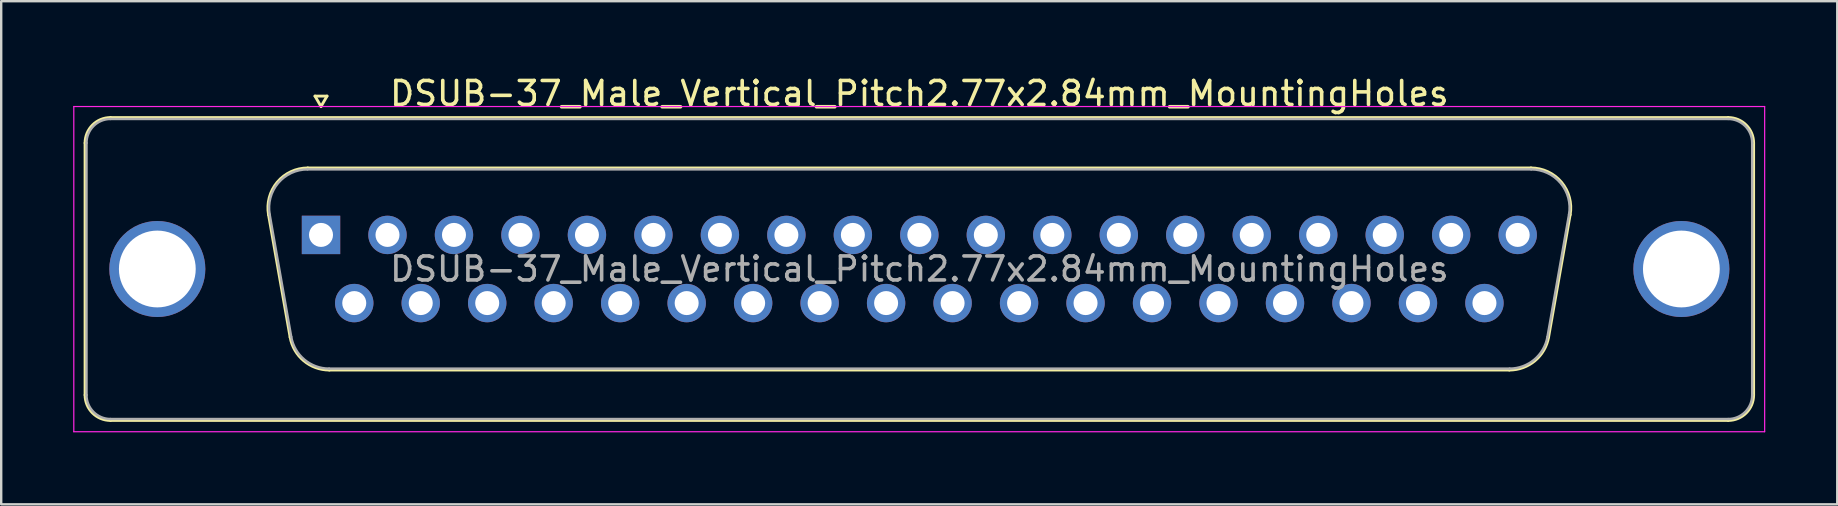
<source format=kicad_pcb>
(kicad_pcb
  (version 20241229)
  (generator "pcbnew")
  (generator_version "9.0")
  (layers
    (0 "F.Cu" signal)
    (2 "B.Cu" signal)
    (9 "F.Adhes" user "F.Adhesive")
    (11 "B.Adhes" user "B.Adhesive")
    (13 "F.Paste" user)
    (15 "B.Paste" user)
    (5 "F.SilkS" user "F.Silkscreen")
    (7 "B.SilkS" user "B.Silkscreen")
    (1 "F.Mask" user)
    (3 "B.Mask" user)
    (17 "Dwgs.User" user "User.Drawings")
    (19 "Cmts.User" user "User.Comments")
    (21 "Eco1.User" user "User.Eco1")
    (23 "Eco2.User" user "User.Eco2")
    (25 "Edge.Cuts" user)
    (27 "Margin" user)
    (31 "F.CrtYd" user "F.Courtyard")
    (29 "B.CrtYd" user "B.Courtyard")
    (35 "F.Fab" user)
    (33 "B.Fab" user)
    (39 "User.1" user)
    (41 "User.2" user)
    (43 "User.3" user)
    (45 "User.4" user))
  (footprint "DSUB-37_Male_Vertical_Pitch2.77x2.84mm_MountingHoles"
    (layer "F.Cu")
    (at 10.325 6.738)
    (property "Reference" "DSUB-37_Male_Vertical_Pitch2.77x2.84mm_MountingHoles" (at 24.93 -5.89 0) (layer "F.SilkS") (effects (font (size 1 1) (thickness 0.15))))
    (attr through_hole)
    (fp_line (start -9.83 6.67) (end -9.83 -3.83) (stroke (width 0.12) (type solid)) (layer "F.SilkS"))
    (fp_line (start -8.77 -4.89) (end 58.63 -4.89) (stroke (width 0.12) (type solid)) (layer "F.SilkS"))
    (fp_line (start -2.186 -0.842) (end -1.287 4.258) (stroke (width 0.12) (type solid)) (layer "F.SilkS"))
    (fp_line (start -0.552 -2.79) (end 50.412 -2.79) (stroke (width 0.12) (type solid)) (layer "F.SilkS"))
    (fp_line (start -0.25 -5.784) (end 0.25 -5.784) (stroke (width 0.12) (type solid)) (layer "F.SilkS"))
    (fp_line (start 0 -5.351) (end -0.25 -5.784) (stroke (width 0.12) (type solid)) (layer "F.SilkS"))
    (fp_line (start 0.25 -5.784) (end 0 -5.351) (stroke (width 0.12) (type solid)) (layer "F.SilkS"))
    (fp_line (start 0.348 5.63) (end 49.512 5.63) (stroke (width 0.12) (type solid)) (layer "F.SilkS"))
    (fp_line (start 52.046 -0.842) (end 51.147 4.258) (stroke (width 0.12) (type solid)) (layer "F.SilkS"))
    (fp_line (start 58.63 7.73) (end -8.77 7.73) (stroke (width 0.12) (type solid)) (layer "F.SilkS"))
    (fp_line (start 59.69 -3.83) (end 59.69 6.67) (stroke (width 0.12) (type solid)) (layer "F.SilkS"))
    (fp_arc (start -9.83 -3.83) (mid -9.519533 -4.579533) (end -8.77 -4.89) (stroke (width 0.12) (type solid)) (layer "F.SilkS"))
    (fp_arc (start -8.77 7.73) (mid -9.519533 7.419533) (end -9.83 6.67) (stroke (width 0.12) (type solid)) (layer "F.SilkS"))
    (fp_arc (start -2.18647 -0.841744) (mid -1.823323 -2.197028) (end -0.551689 -2.79) (stroke (width 0.12) (type solid)) (layer "F.SilkS"))
    (fp_arc (start 0.347579 5.63) (mid -0.719448 5.241634) (end -1.287202 4.258256) (stroke (width 0.12) (type solid)) (layer "F.SilkS"))
    (fp_arc (start 50.411689 -2.79) (mid 51.683323 -2.197027) (end 52.04647 -0.841744) (stroke (width 0.12) (type solid)) (layer "F.SilkS"))
    (fp_arc (start 51.147202 4.258256) (mid 50.579449 5.241634) (end 49.512421 5.63) (stroke (width 0.12) (type solid)) (layer "F.SilkS"))
    (fp_arc (start 58.63 -4.89) (mid 59.379533 -4.579533) (end 59.69 -3.83) (stroke (width 0.12) (type solid)) (layer "F.SilkS"))
    (fp_arc (start 59.69 6.67) (mid 59.379533 7.419533) (end 58.63 7.73) (stroke (width 0.12) (type solid)) (layer "F.SilkS"))
    (fp_line (start -10.3 -5.35) (end -10.3 8.2) (stroke (width 0.05) (type solid)) (layer "F.CrtYd"))
    (fp_line (start -10.3 8.2) (end 60.15 8.2) (stroke (width 0.05) (type solid)) (layer "F.CrtYd"))
    (fp_line (start 60.15 -5.35) (end -10.3 -5.35) (stroke (width 0.05) (type solid)) (layer "F.CrtYd"))
    (fp_line (start 60.15 8.2) (end 60.15 -5.35) (stroke (width 0.05) (type solid)) (layer "F.CrtYd"))
    (fp_line (start -9.77 6.67) (end -9.77 -3.83) (stroke (width 0.1) (type solid)) (layer "F.Fab"))
    (fp_line (start -8.77 -4.83) (end 58.63 -4.83) (stroke (width 0.1) (type solid)) (layer "F.Fab"))
    (fp_line (start -2.139 -0.852) (end -1.24 4.248) (stroke (width 0.1) (type solid)) (layer "F.Fab"))
    (fp_line (start -0.563 -2.73) (end 50.423 -2.73) (stroke (width 0.1) (type solid)) (layer "F.Fab"))
    (fp_line (start 0.336 5.57) (end 49.524 5.57) (stroke (width 0.1) (type solid)) (layer "F.Fab"))
    (fp_line (start 51.999 -0.852) (end 51.1 4.248) (stroke (width 0.1) (type solid)) (layer "F.Fab"))
    (fp_line (start 58.63 7.67) (end -8.77 7.67) (stroke (width 0.1) (type solid)) (layer "F.Fab"))
    (fp_line (start 59.63 -3.83) (end 59.63 6.67) (stroke (width 0.1) (type solid)) (layer "F.Fab"))
    (fp_arc (start -9.77 -3.83) (mid -9.477107 -4.537107) (end -8.77 -4.83) (stroke (width 0.1) (type solid)) (layer "F.Fab"))
    (fp_arc (start -8.77 7.67) (mid -9.477107 7.377107) (end -9.77 6.67) (stroke (width 0.1) (type solid)) (layer "F.Fab"))
    (fp_arc (start -2.138886 -0.852163) (mid -1.788865 -2.15846) (end -0.563194 -2.73) (stroke (width 0.1) (type solid)) (layer "F.Fab"))
    (fp_arc (start 0.336073 5.57) (mid -0.692387 5.195671) (end -1.239619 4.247837) (stroke (width 0.1) (type solid)) (layer "F.Fab"))
    (fp_arc (start 50.423194 -2.73) (mid 51.648865 -2.15846) (end 51.998886 -0.852163) (stroke (width 0.1) (type solid)) (layer "F.Fab"))
    (fp_arc (start 51.099619 4.247837) (mid 50.552387 5.195671) (end 49.523927 5.57) (stroke (width 0.1) (type solid)) (layer "F.Fab"))
    (fp_arc (start 58.63 -4.83) (mid 59.337107 -4.537107) (end 59.63 -3.83) (stroke (width 0.1) (type solid)) (layer "F.Fab"))
    (fp_arc (start 59.63 6.67) (mid 59.337107 7.377107) (end 58.63 7.67) (stroke (width 0.1) (type solid)) (layer "F.Fab"))
    (fp_text user "${REFERENCE}" (at 24.93 1.42 0) (layer "F.Fab") (effects (font (size 1 1) (thickness 0.15))))
    (pad "0" thru_hole circle (at -6.82 1.42) (size 4 4) (drill 3.2) (layers "*.Cu" "*.Mask"))
    (pad "0" thru_hole circle (at 56.68 1.42) (size 4 4) (drill 3.2) (layers "*.Cu" "*.Mask"))
    (pad "1" thru_hole rect (at 0 0) (size 1.6 1.6) (drill 1) (layers "*.Cu" "*.Mask"))
    (pad "2" thru_hole circle (at 2.77 0) (size 1.6 1.6) (drill 1) (layers "*.Cu" "*.Mask"))
    (pad "3" thru_hole circle (at 5.54 0) (size 1.6 1.6) (drill 1) (layers "*.Cu" "*.Mask"))
    (pad "4" thru_hole circle (at 8.31 0) (size 1.6 1.6) (drill 1) (layers "*.Cu" "*.Mask"))
    (pad "5" thru_hole circle (at 11.08 0) (size 1.6 1.6) (drill 1) (layers "*.Cu" "*.Mask"))
    (pad "6" thru_hole circle (at 13.85 0) (size 1.6 1.6) (drill 1) (layers "*.Cu" "*.Mask"))
    (pad "7" thru_hole circle (at 16.62 0) (size 1.6 1.6) (drill 1) (layers "*.Cu" "*.Mask"))
    (pad "8" thru_hole circle (at 19.39 0) (size 1.6 1.6) (drill 1) (layers "*.Cu" "*.Mask"))
    (pad "9" thru_hole circle (at 22.16 0) (size 1.6 1.6) (drill 1) (layers "*.Cu" "*.Mask"))
    (pad "10" thru_hole circle (at 24.93 0) (size 1.6 1.6) (drill 1) (layers "*.Cu" "*.Mask"))
    (pad "11" thru_hole circle (at 27.7 0) (size 1.6 1.6) (drill 1) (layers "*.Cu" "*.Mask"))
    (pad "12" thru_hole circle (at 30.47 0) (size 1.6 1.6) (drill 1) (layers "*.Cu" "*.Mask"))
    (pad "13" thru_hole circle (at 33.24 0) (size 1.6 1.6) (drill 1) (layers "*.Cu" "*.Mask"))
    (pad "14" thru_hole circle (at 36.01 0) (size 1.6 1.6) (drill 1) (layers "*.Cu" "*.Mask"))
    (pad "15" thru_hole circle (at 38.78 0) (size 1.6 1.6) (drill 1) (layers "*.Cu" "*.Mask"))
    (pad "16" thru_hole circle (at 41.55 0) (size 1.6 1.6) (drill 1) (layers "*.Cu" "*.Mask"))
    (pad "17" thru_hole circle (at 44.32 0) (size 1.6 1.6) (drill 1) (layers "*.Cu" "*.Mask"))
    (pad "18" thru_hole circle (at 47.09 0) (size 1.6 1.6) (drill 1) (layers "*.Cu" "*.Mask"))
    (pad "19" thru_hole circle (at 49.86 0) (size 1.6 1.6) (drill 1) (layers "*.Cu" "*.Mask"))
    (pad "20" thru_hole circle (at 1.385 2.84) (size 1.6 1.6) (drill 1) (layers "*.Cu" "*.Mask"))
    (pad "21" thru_hole circle (at 4.155 2.84) (size 1.6 1.6) (drill 1) (layers "*.Cu" "*.Mask"))
    (pad "22" thru_hole circle (at 6.925 2.84) (size 1.6 1.6) (drill 1) (layers "*.Cu" "*.Mask"))
    (pad "23" thru_hole circle (at 9.695 2.84) (size 1.6 1.6) (drill 1) (layers "*.Cu" "*.Mask"))
    (pad "24" thru_hole circle (at 12.465 2.84) (size 1.6 1.6) (drill 1) (layers "*.Cu" "*.Mask"))
    (pad "25" thru_hole circle (at 15.235 2.84) (size 1.6 1.6) (drill 1) (layers "*.Cu" "*.Mask"))
    (pad "26" thru_hole circle (at 18.005 2.84) (size 1.6 1.6) (drill 1) (layers "*.Cu" "*.Mask"))
    (pad "27" thru_hole circle (at 20.775 2.84) (size 1.6 1.6) (drill 1) (layers "*.Cu" "*.Mask"))
    (pad "28" thru_hole circle (at 23.545 2.84) (size 1.6 1.6) (drill 1) (layers "*.Cu" "*.Mask"))
    (pad "29" thru_hole circle (at 26.315 2.84) (size 1.6 1.6) (drill 1) (layers "*.Cu" "*.Mask"))
    (pad "30" thru_hole circle (at 29.085 2.84) (size 1.6 1.6) (drill 1) (layers "*.Cu" "*.Mask"))
    (pad "31" thru_hole circle (at 31.855 2.84) (size 1.6 1.6) (drill 1) (layers "*.Cu" "*.Mask"))
    (pad "32" thru_hole circle (at 34.625 2.84) (size 1.6 1.6) (drill 1) (layers "*.Cu" "*.Mask"))
    (pad "33" thru_hole circle (at 37.395 2.84) (size 1.6 1.6) (drill 1) (layers "*.Cu" "*.Mask"))
    (pad "34" thru_hole circle (at 40.165 2.84) (size 1.6 1.6) (drill 1) (layers "*.Cu" "*.Mask"))
    (pad "35" thru_hole circle (at 42.935 2.84) (size 1.6 1.6) (drill 1) (layers "*.Cu" "*.Mask"))
    (pad "36" thru_hole circle (at 45.705 2.84) (size 1.6 1.6) (drill 1) (layers "*.Cu" "*.Mask"))
    (pad "37" thru_hole circle (at 48.475 2.84) (size 1.6 1.6) (drill 1) (layers "*.Cu" "*.Mask")))
  (gr_rect
    (start -3 -3)
    (end 73.5 17.963)
    (stroke (width 0.1) (type default))
    (fill no)
    (layer "Edge.Cuts")))
</source>
